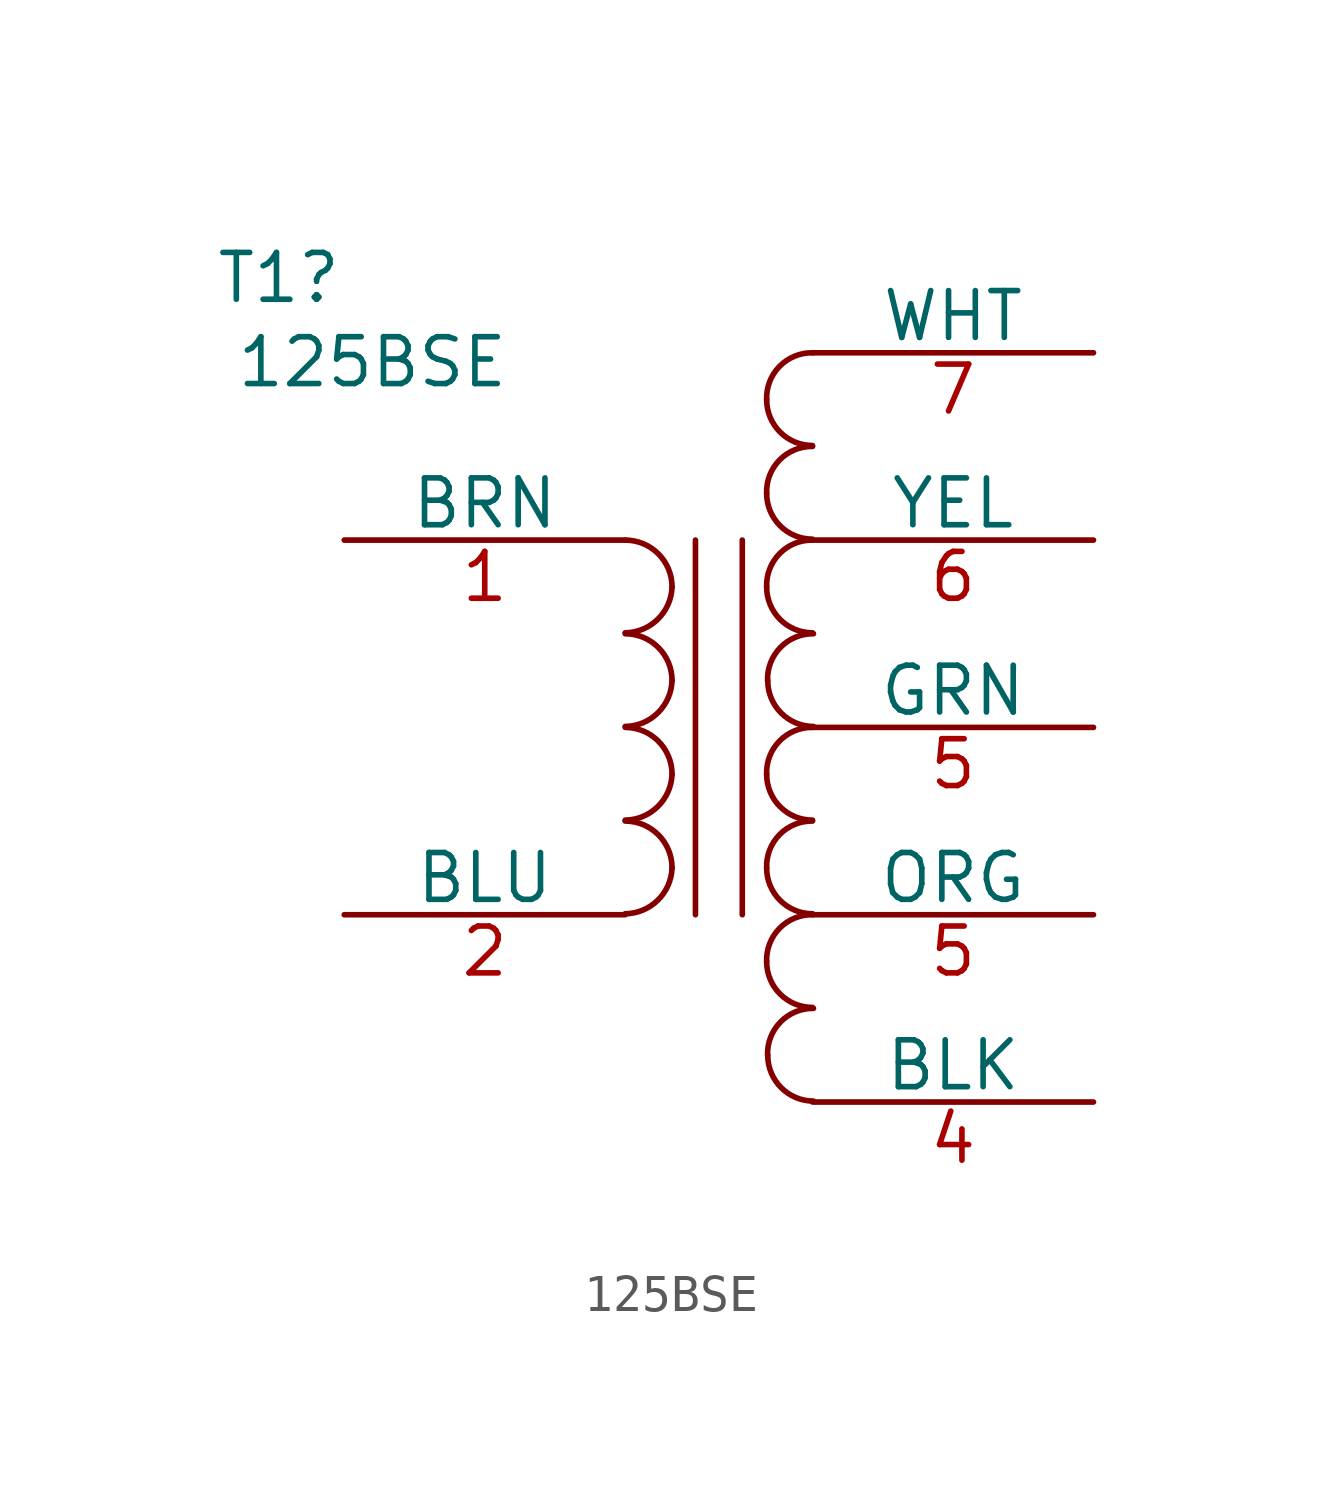
<source format=kicad_sym>
(kicad_symbol_lib
  (version 20220914)
  (generator kicad_symbol_editor)
  (symbol "125BSE"
    (pin_names
      (offset 0))
    (property "Reference" "T1"
      (at -11.938 17.272 0)
      (effects (font (size 1.27 1.27))))
    (property "Value" "125BSE"
      (at -9.398 14.986 0)
      (effects (font (size 1.27 1.27))))
    (symbol "125BSE_0_1"
      (arc (start -2.54 0.0254) (mid -1.6561 0.3937) (end -1.27 1.27) (stroke (width 0) (type default)) (fill (type none)))
      (arc (start -2.54 2.5654) (mid -1.6561 2.9337) (end -1.27 3.81) (stroke (width 0) (type default)) (fill (type none)))
      (arc (start -2.54 5.1054) (mid -1.6561 5.4737) (end -1.27 6.35) (stroke (width 0) (type default)) (fill (type none)))
      (arc (start -2.54 7.6454) (mid -1.6561 8.0137) (end -1.27 8.89) (stroke (width 0) (type default)) (fill (type none)))
      (arc (start -1.27 1.27) (mid -1.642 2.168) (end -2.54 2.54) (stroke (width 0) (type default)) (fill (type none)))
      (arc (start -1.27 3.81) (mid -1.642 4.708) (end -2.54 5.08) (stroke (width 0) (type default)) (fill (type none)))
      (arc (start -1.27 6.35) (mid -1.642 7.248) (end -2.54 7.62) (stroke (width 0) (type default)) (fill (type none)))
      (arc (start -1.27 8.89) (mid -1.642 9.788) (end -2.54 10.16) (stroke (width 0) (type default)) (fill (type none)))
      (polyline (pts (xy -0.635 10.16) (xy -0.635 0)) (stroke (width 0) (type default)) (fill (type none)))
      (polyline (pts (xy 0.635 0) (xy 0.635 10.16)) (stroke (width 0) (type default)) (fill (type none)))
      (arc (start 1.2954 -1.27) (mid 1.6599 -2.1501) (end 2.54 -2.5146) (stroke (width 0) (type default)) (fill (type none)))
      (arc (start 1.2954 1.27) (mid 1.6599 0.3899) (end 2.54 0.0254) (stroke (width 0) (type default)) (fill (type none)))
      (arc (start 1.2954 3.81) (mid 1.6599 2.9299) (end 2.54 2.5654) (stroke (width 0) (type default)) (fill (type none)))
      (arc (start 1.2954 8.89) (mid 1.6599 8.0099) (end 2.54 7.6454) (stroke (width 0) (type default)) (fill (type none)))
      (arc (start 1.2954 11.43) (mid 1.6599 10.5499) (end 2.54 10.1854) (stroke (width 0) (type default)) (fill (type none)))
      (arc (start 1.2954 13.97) (mid 1.6599 13.0899) (end 2.54 12.7254) (stroke (width 0) (type default)) (fill (type none)))
      (arc (start 1.3208 -3.81) (mid 1.6853 -4.6901) (end 2.5654 -5.0546) (stroke (width 0) (type default)) (fill (type none)))
      (arc (start 1.3208 6.35) (mid 1.6854 5.4701) (end 2.5654 5.1054) (stroke (width 0) (type default)) (fill (type none)))
      (arc (start 2.54 0) (mid 1.642 -0.372) (end 1.2954 -1.27) (stroke (width 0) (type default)) (fill (type none)))
      (arc (start 2.54 2.54) (mid 1.642 2.168) (end 1.2954 1.27) (stroke (width 0) (type default)) (fill (type none)))
      (arc (start 2.54 5.08) (mid 1.642 4.708) (end 1.2954 3.81) (stroke (width 0) (type default)) (fill (type none)))
      (arc (start 2.54 10.16) (mid 1.6458 9.7915) (end 1.2954 8.89) (stroke (width 0) (type default)) (fill (type none)))
      (arc (start 2.54 12.7) (mid 1.6458 12.3315) (end 1.2954 11.43) (stroke (width 0) (type default)) (fill (type none)))
      (arc (start 2.54 15.24) (mid 1.6458 14.8715) (end 1.2954 13.97) (stroke (width 0) (type default)) (fill (type none)))
      (arc (start 2.5654 -2.54) (mid 1.6674 -2.912) (end 1.3208 -3.81) (stroke (width 0) (type default)) (fill (type none)))
      (arc (start 2.5654 7.62) (mid 1.6709 7.2517) (end 1.3208 6.35) (stroke (width 0) (type default)) (fill (type none))))
    (symbol "125BSE_1_1"
      (pin passive line (at -10.16 10.16 0) (length 7.62) (name "BRN" (effects (font (size 1.27 1.27)))) (number "1" (effects (font (size 1.27 1.27)))))
      (pin passive line (at -10.16 0 0) (length 7.62) (name "BLU" (effects (font (size 1.27 1.27)))) (number "2" (effects (font (size 1.27 1.27)))))
      (pin passive line (at 10.16 -5.08 180) (length 7.62) (name "BLK" (effects (font (size 1.27 1.27)))) (number "4" (effects (font (size 1.27 1.27)))))
      (pin passive line (at 10.16 5.08 180) (length 7.62) (name "GRN" (effects (font (size 1.27 1.27)))) (number "5" (effects (font (size 1.27 1.27)))))
      (pin passive line (at 10.16 0 180) (length 7.62) (name "ORG" (effects (font (size 1.27 1.27)))) (number "5" (effects (font (size 1.27 1.27)))))
      (pin passive line (at 10.16 10.16 180) (length 7.62) (name "YEL" (effects (font (size 1.27 1.27)))) (number "6" (effects (font (size 1.27 1.27)))))
      (pin passive line (at 10.16 15.24 180) (length 7.62) (name "WHT" (effects (font (size 1.27 1.27)))) (number "7" (effects (font (size 1.27 1.27))))))))
</source>
